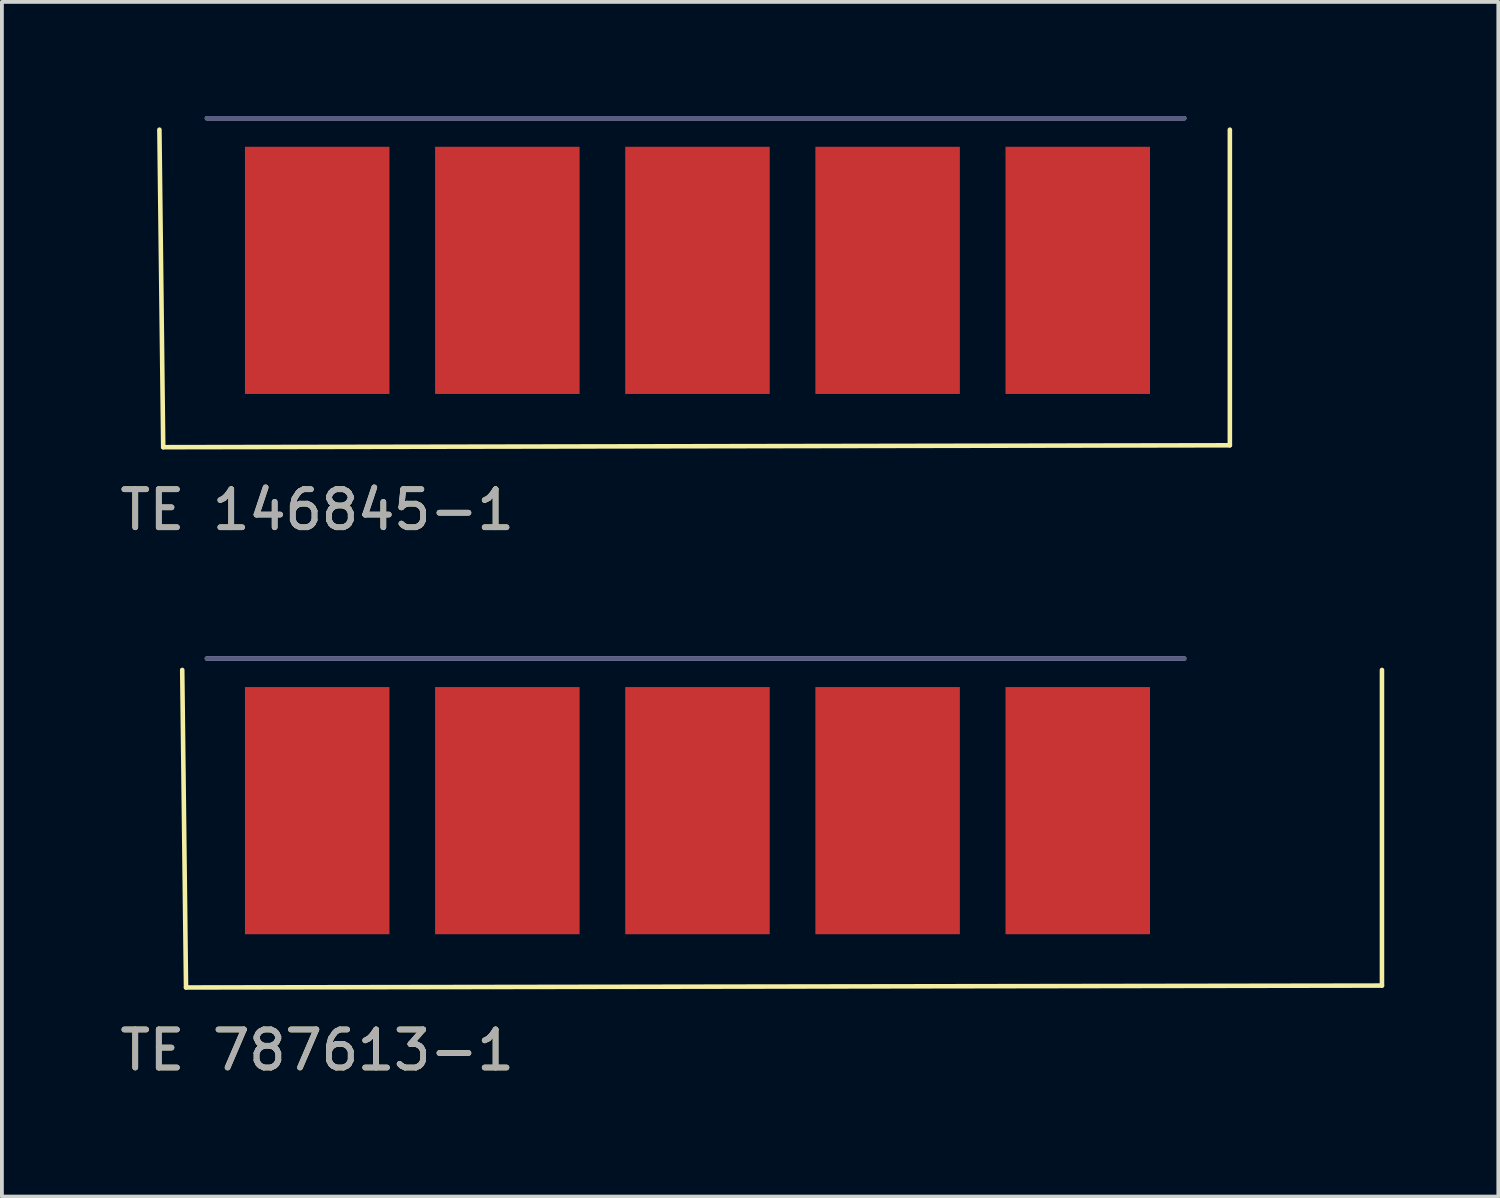
<source format=kicad_pcb>
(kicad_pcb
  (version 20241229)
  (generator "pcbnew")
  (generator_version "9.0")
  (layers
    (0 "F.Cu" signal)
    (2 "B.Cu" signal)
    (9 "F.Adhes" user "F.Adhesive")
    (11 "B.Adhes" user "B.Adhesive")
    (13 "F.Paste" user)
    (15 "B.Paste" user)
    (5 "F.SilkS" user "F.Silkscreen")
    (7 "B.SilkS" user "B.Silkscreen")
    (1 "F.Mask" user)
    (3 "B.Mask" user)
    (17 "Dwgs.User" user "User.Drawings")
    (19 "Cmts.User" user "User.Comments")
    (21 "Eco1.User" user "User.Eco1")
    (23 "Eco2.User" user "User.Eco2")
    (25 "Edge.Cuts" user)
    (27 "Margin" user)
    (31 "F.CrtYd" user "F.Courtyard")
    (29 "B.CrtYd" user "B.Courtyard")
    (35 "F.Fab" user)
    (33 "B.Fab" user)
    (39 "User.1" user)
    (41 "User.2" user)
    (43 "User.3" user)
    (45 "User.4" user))
  (footprint "TE 787613-1"
    (layer "F.Cu")
    (at 5.292 18.268)
    (property "Reference" "TE 787613-1" (at 0 6.3 0) (unlocked yes) (layer "F.SilkS") (effects (font (size 1 1) (thickness 0.15))))
    (attr smd)
    (fp_line (start -3.55 -3.7) (end -3.45 4.65) (stroke (width 0.12) (type solid)) (layer "F.SilkS"))
    (fp_line (start -3.45 4.65) (end 28 4.6) (stroke (width 0.12) (type solid)) (layer "F.SilkS"))
    (fp_line (start 28 4.6) (end 28 -3.7) (stroke (width 0.12) (type solid)) (layer "F.SilkS"))
    (fp_line (start -2.9 -4) (end 22.8 -4) (stroke (width 0.12) (type solid)) (layer "B.Fab"))
    (fp_line (start -2.9 -4) (end 22.8 -4) (stroke (width 0.12) (type solid)) (layer "F.Fab"))
    (fp_text user "${REFERENCE}" (at 0 6.3 0) (unlocked yes) (layer "F.Fab") (effects (font (size 1 1) (thickness 0.15))))
    (pad "1" smd rect (at 0 0) (size 3.8 6.5) (layers "F.Cu" "F.Mask" "F.Paste"))
    (pad "2" smd rect (at 5 0) (size 3.8 6.5) (layers "F.Cu" "F.Mask" "F.Paste"))
    (pad "3" smd rect (at 10 0) (size 3.8 6.5) (layers "F.Cu" "F.Mask" "F.Paste"))
    (pad "4" smd rect (at 15 0) (size 3.8 6.5) (layers "F.Cu" "F.Mask" "F.Paste"))
    (pad "5" smd rect (at 20 0) (size 3.8 6.5) (layers "F.Cu" "F.Mask" "F.Paste")))
  (footprint "TE 146845-1"
    (layer "F.Cu")
    (at 5.292 4.06)
    (property "Reference" "TE 146845-1" (at 0 6.3 0) (unlocked yes) (layer "F.SilkS") (effects (font (size 1 1) (thickness 0.15))))
    (attr smd)
    (fp_line (start -4.15 -3.7) (end -4.05 4.65) (stroke (width 0.12) (type solid)) (layer "F.SilkS"))
    (fp_line (start -4.05 4.65) (end 24 4.6) (stroke (width 0.12) (type solid)) (layer "F.SilkS"))
    (fp_line (start 24 4.6) (end 24 -3.7) (stroke (width 0.12) (type solid)) (layer "F.SilkS"))
    (fp_line (start -2.9 -4) (end 22.8 -4) (stroke (width 0.12) (type solid)) (layer "B.Fab"))
    (fp_line (start -2.9 -4) (end 22.8 -4) (stroke (width 0.12) (type solid)) (layer "F.Fab"))
    (fp_text user "${REFERENCE}" (at 0 6.3 0) (unlocked yes) (layer "F.Fab") (effects (font (size 1 1) (thickness 0.15))))
    (pad "1" smd rect (at 0 0) (size 3.8 6.5) (layers "F.Cu" "F.Mask" "F.Paste"))
    (pad "2" smd rect (at 5 0) (size 3.8 6.5) (layers "F.Cu" "F.Mask" "F.Paste"))
    (pad "3" smd rect (at 10 0) (size 3.8 6.5) (layers "F.Cu" "F.Mask" "F.Paste"))
    (pad "4" smd rect (at 15 0) (size 3.8 6.5) (layers "F.Cu" "F.Mask" "F.Paste"))
    (pad "5" smd rect (at 20 0) (size 3.8 6.5) (layers "F.Cu" "F.Mask" "F.Paste")))
  (gr_rect
    (start -3 -3)
    (end 36.352 28.416)
    (stroke (width 0.1) (type default))
    (fill no)
    (layer "Edge.Cuts")))
</source>
